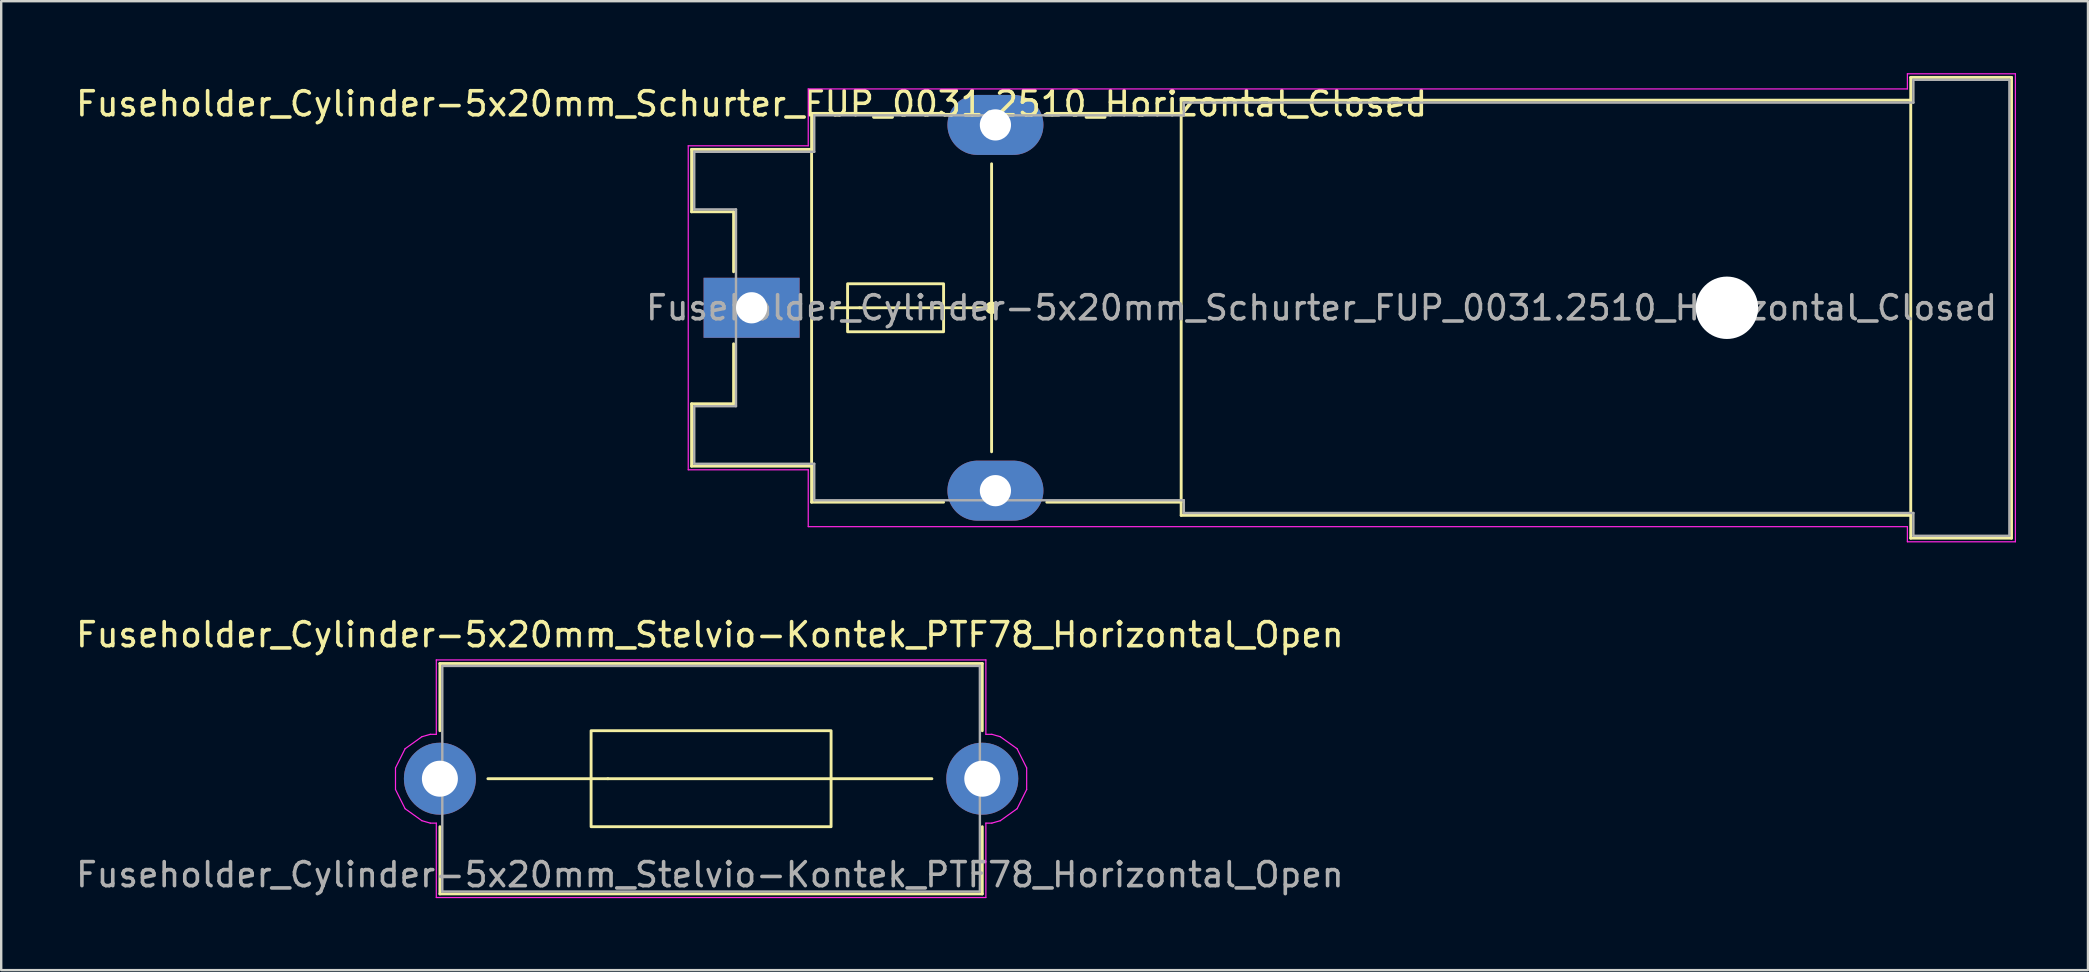
<source format=kicad_pcb>
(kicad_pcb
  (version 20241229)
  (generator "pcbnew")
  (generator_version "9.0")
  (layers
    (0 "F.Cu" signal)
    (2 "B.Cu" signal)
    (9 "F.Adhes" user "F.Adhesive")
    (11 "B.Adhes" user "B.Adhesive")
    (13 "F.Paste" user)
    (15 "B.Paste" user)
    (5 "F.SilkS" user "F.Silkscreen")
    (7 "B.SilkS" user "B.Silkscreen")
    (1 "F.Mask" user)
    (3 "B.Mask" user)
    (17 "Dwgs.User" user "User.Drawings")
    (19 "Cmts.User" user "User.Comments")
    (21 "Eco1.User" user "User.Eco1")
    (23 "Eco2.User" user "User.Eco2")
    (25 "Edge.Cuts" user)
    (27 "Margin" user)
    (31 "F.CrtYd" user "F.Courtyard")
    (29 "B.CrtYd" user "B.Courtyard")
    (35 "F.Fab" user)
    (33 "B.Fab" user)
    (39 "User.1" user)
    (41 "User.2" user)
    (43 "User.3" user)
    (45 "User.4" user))
  (footprint "Fuseholder_Cylinder-5x20mm_Schurter_FUP_0031.2510_Horizontal_Closed"
    (layer "F.Cu")
    (at 28.268 9.775)
    (property "Reference" "Fuseholder_Cylinder-5x20mm_Schurter_FUP_0031.2510_Horizontal_Closed" (at 0 -8.5 0) (layer "F.SilkS") (effects (font (size 1 1) (thickness 0.15))))
    (fp_line (start -2.5 -6.6) (end 2.5 -6.6) (stroke (width 0.12) (type solid)) (layer "F.SilkS"))
    (fp_line (start -2.5 -4) (end -2.5 -6.6) (stroke (width 0.12) (type solid)) (layer "F.SilkS"))
    (fp_line (start -2.5 4) (end -0.75 4) (stroke (width 0.12) (type solid)) (layer "F.SilkS"))
    (fp_line (start -2.5 6.6) (end -2.5 4) (stroke (width 0.12) (type solid)) (layer "F.SilkS"))
    (fp_line (start -2.5 6.6) (end 2.5 6.6) (stroke (width 0.12) (type solid)) (layer "F.SilkS"))
    (fp_line (start -0.75 -4) (end -2.5 -4) (stroke (width 0.12) (type solid)) (layer "F.SilkS"))
    (fp_line (start -0.75 -1.5) (end -0.75 -4) (stroke (width 0.12) (type solid)) (layer "F.SilkS"))
    (fp_line (start -0.75 4) (end -0.75 1.5) (stroke (width 0.12) (type solid)) (layer "F.SilkS"))
    (fp_line (start 2.5 -8.1) (end 8 -8.1) (stroke (width 0.12) (type solid)) (layer "F.SilkS"))
    (fp_line (start 2.5 8.1) (end 2.5 -8.1) (stroke (width 0.12) (type solid)) (layer "F.SilkS"))
    (fp_line (start 2.5 8.1) (end 8 8.1) (stroke (width 0.12) (type solid)) (layer "F.SilkS"))
    (fp_line (start 4.5 0) (end 3.3 0) (stroke (width 0.12) (type solid)) (layer "F.SilkS"))
    (fp_line (start 9.7 0) (end 4.5 0) (stroke (width 0.12) (type solid)) (layer "F.SilkS"))
    (fp_line (start 9.7 0) (end 10 0) (stroke (width 0.12) (type solid)) (layer "F.SilkS"))
    (fp_line (start 10 0) (end 10 -6) (stroke (width 0.12) (type solid)) (layer "F.SilkS"))
    (fp_line (start 10 0) (end 10 6) (stroke (width 0.12) (type solid)) (layer "F.SilkS"))
    (fp_line (start 12.3 -8.1) (end 17.9 -8.1) (stroke (width 0.12) (type solid)) (layer "F.SilkS"))
    (fp_line (start 12.3 8.1) (end 17.9 8.1) (stroke (width 0.12) (type solid)) (layer "F.SilkS"))
    (fp_line (start 17.9 -8.65) (end 48.3 -8.65) (stroke (width 0.12) (type solid)) (layer "F.SilkS"))
    (fp_line (start 17.9 8.65) (end 17.9 -8.65) (stroke (width 0.12) (type solid)) (layer "F.SilkS"))
    (fp_line (start 17.9 8.65) (end 48.3 8.65) (stroke (width 0.12) (type solid)) (layer "F.SilkS"))
    (fp_line (start 48.3 -9.6) (end 52.5 -9.6) (stroke (width 0.12) (type solid)) (layer "F.SilkS"))
    (fp_line (start 48.3 9.6) (end 48.3 -9.6) (stroke (width 0.12) (type solid)) (layer "F.SilkS"))
    (fp_line (start 48.3 9.6) (end 52.5 9.6) (stroke (width 0.12) (type solid)) (layer "F.SilkS"))
    (fp_line (start 52.5 -9.6) (end 52.5 9.6) (stroke (width 0.12) (type solid)) (layer "F.SilkS"))
    (fp_rect (start 4 -1) (end 8 1) (stroke (width 0.12) (type solid)) (fill no) (layer "F.SilkS"))
    (fp_circle (center 10 0) (end 10.1 -0.025) (stroke (width 0.12) (type solid)) (fill no) (layer "F.SilkS"))
    (fp_circle (center 10 0) (end 10.175 -0.1) (stroke (width 0.12) (type solid)) (fill no) (layer "F.SilkS"))
    (fp_line (start -2.64 -6.75) (end 2.36 -6.75) (stroke (width 0.05) (type solid)) (layer "F.CrtYd"))
    (fp_line (start -2.64 6.75) (end -2.64 -6.75) (stroke (width 0.05) (type solid)) (layer "F.CrtYd"))
    (fp_line (start -2.64 6.75) (end 2.36 6.75) (stroke (width 0.05) (type solid)) (layer "F.CrtYd"))
    (fp_line (start 2.36 -9.12) (end 2.36 -6.75) (stroke (width 0.05) (type solid)) (layer "F.CrtYd"))
    (fp_line (start 2.36 -9.12) (end 48.16 -9.12) (stroke (width 0.05) (type solid)) (layer "F.CrtYd"))
    (fp_line (start 2.36 6.75) (end 2.36 9.12) (stroke (width 0.05) (type solid)) (layer "F.CrtYd"))
    (fp_line (start 48.16 -9.75) (end 48.16 -9.12) (stroke (width 0.05) (type solid)) (layer "F.CrtYd"))
    (fp_line (start 48.16 -9.75) (end 52.66 -9.75) (stroke (width 0.05) (type solid)) (layer "F.CrtYd"))
    (fp_line (start 48.16 9.12) (end 2.36 9.12) (stroke (width 0.05) (type solid)) (layer "F.CrtYd"))
    (fp_line (start 48.16 9.12) (end 48.16 9.75) (stroke (width 0.05) (type solid)) (layer "F.CrtYd"))
    (fp_line (start 48.16 9.75) (end 52.66 9.75) (stroke (width 0.05) (type solid)) (layer "F.CrtYd"))
    (fp_line (start 52.66 -9.75) (end 52.66 9.75) (stroke (width 0.05) (type solid)) (layer "F.CrtYd"))
    (fp_line (start -2.39 -4.1) (end -2.39 -6.5) (stroke (width 0.1) (type solid)) (layer "F.Fab"))
    (fp_line (start -2.39 -4.1) (end -0.65 -4.1) (stroke (width 0.1) (type solid)) (layer "F.Fab"))
    (fp_line (start -2.39 4.1) (end -2.39 6.5) (stroke (width 0.1) (type solid)) (layer "F.Fab"))
    (fp_line (start -2.39 6.5) (end 2.61 6.5) (stroke (width 0.1) (type solid)) (layer "F.Fab"))
    (fp_line (start -0.65 -4.1) (end -0.65 4.1) (stroke (width 0.1) (type solid)) (layer "F.Fab"))
    (fp_line (start -0.65 4.1) (end -2.39 4.1) (stroke (width 0.1) (type solid)) (layer "F.Fab"))
    (fp_line (start 2.61 -8.02) (end 2.61 -6.5) (stroke (width 0.1) (type solid)) (layer "F.Fab"))
    (fp_line (start 2.61 -6.5) (end -2.39 -6.5) (stroke (width 0.1) (type solid)) (layer "F.Fab"))
    (fp_line (start 2.61 6.5) (end 2.61 8.02) (stroke (width 0.1) (type solid)) (layer "F.Fab"))
    (fp_line (start 2.61 8.02) (end 18.01 8.02) (stroke (width 0.1) (type solid)) (layer "F.Fab"))
    (fp_line (start 18.01 -8.55) (end 18.01 -8.02) (stroke (width 0.1) (type solid)) (layer "F.Fab"))
    (fp_line (start 18.01 -8.02) (end 2.61 -8.02) (stroke (width 0.1) (type solid)) (layer "F.Fab"))
    (fp_line (start 18.01 8.02) (end 18.01 8.55) (stroke (width 0.1) (type solid)) (layer "F.Fab"))
    (fp_line (start 18.01 8.55) (end 48.41 8.55) (stroke (width 0.1) (type solid)) (layer "F.Fab"))
    (fp_line (start 48.41 -9.5) (end 48.41 -8.55) (stroke (width 0.1) (type solid)) (layer "F.Fab"))
    (fp_line (start 48.41 -8.55) (end 18.01 -8.55) (stroke (width 0.1) (type solid)) (layer "F.Fab"))
    (fp_line (start 48.41 8.55) (end 48.41 9.5) (stroke (width 0.1) (type solid)) (layer "F.Fab"))
    (fp_line (start 48.41 9.5) (end 52.41 9.5) (stroke (width 0.1) (type solid)) (layer "F.Fab"))
    (fp_line (start 52.41 -9.5) (end 48.41 -9.5) (stroke (width 0.1) (type solid)) (layer "F.Fab"))
    (fp_line (start 52.41 -9.5) (end 52.41 9.5) (stroke (width 0.1) (type solid)) (layer "F.Fab"))
    (fp_text user "${REFERENCE}" (at 23.75 0 0) (layer "F.Fab") (effects (font (size 1 1) (thickness 0.15))))
    (pad "" np_thru_hole circle (at 40.64 0) (size 2.6 2.6) (drill 2.6) (layers "*.Cu" "*.Mask"))
    (pad "1" thru_hole rect (at 0 0) (size 4 2.5) (drill 1.3) (layers "*.Cu" "*.Mask"))
    (pad "2" thru_hole oval (at 10.16 -7.62) (size 4 2.5) (drill 1.3) (layers "*.Cu" "*.Mask"))
    (pad "2" thru_hole oval (at 10.16 7.62) (size 4 2.5) (drill 1.3) (layers "*.Cu" "*.Mask")))
  (footprint "Fuseholder_Cylinder-5x20mm_Stelvio-Kontek_PTF78_Horizontal_Open"
    (layer "F.Cu")
    (at 15.28 29.398)
    (property "Reference" "Fuseholder_Cylinder-5x20mm_Stelvio-Kontek_PTF78_Horizontal_Open" (at 11.25 -6 0) (layer "F.SilkS") (effects (font (size 1 1) (thickness 0.15))))
    (fp_line (start 0 -4.8) (end 22.6 -4.8) (stroke (width 0.12) (type solid)) (layer "F.SilkS"))
    (fp_line (start 0 -2) (end 0 -4.8) (stroke (width 0.12) (type solid)) (layer "F.SilkS"))
    (fp_line (start 0 4.8) (end 0 2) (stroke (width 0.12) (type solid)) (layer "F.SilkS"))
    (fp_line (start 0 4.8) (end 22.6 4.8) (stroke (width 0.12) (type solid)) (layer "F.SilkS"))
    (fp_line (start 2 0) (end 7 0) (stroke (width 0.12) (type solid)) (layer "F.SilkS"))
    (fp_line (start 20.5 0) (end 7 0) (stroke (width 0.12) (type solid)) (layer "F.SilkS"))
    (fp_line (start 22.6 -2) (end 22.6 -4.8) (stroke (width 0.12) (type solid)) (layer "F.SilkS"))
    (fp_line (start 22.6 4.8) (end 22.6 2) (stroke (width 0.12) (type solid)) (layer "F.SilkS"))
    (fp_rect (start 6.3 -2) (end 16.3 2) (stroke (width 0.12) (type solid)) (fill no) (layer "F.SilkS"))
    (fp_line (start -1.85 -0.45) (end -1.85 0.45) (stroke (width 0.05) (type solid)) (layer "F.CrtYd"))
    (fp_line (start -1.85 -0.45) (end -1.45 -1.25) (stroke (width 0.05) (type solid)) (layer "F.CrtYd"))
    (fp_line (start -1.45 1.25) (end -1.85 0.45) (stroke (width 0.05) (type solid)) (layer "F.CrtYd"))
    (fp_line (start -1.45 1.25) (end -0.75 1.75) (stroke (width 0.05) (type solid)) (layer "F.CrtYd"))
    (fp_line (start -0.75 -1.75) (end -1.45 -1.25) (stroke (width 0.05) (type solid)) (layer "F.CrtYd"))
    (fp_line (start -0.75 1.75) (end -0.4 1.85) (stroke (width 0.05) (type solid)) (layer "F.CrtYd"))
    (fp_line (start -0.4 -1.85) (end -0.75 -1.75) (stroke (width 0.05) (type solid)) (layer "F.CrtYd"))
    (fp_line (start -0.4 1.85) (end -0.15 1.85) (stroke (width 0.05) (type solid)) (layer "F.CrtYd"))
    (fp_line (start -0.15 -4.95) (end 22.75 -4.95) (stroke (width 0.05) (type solid)) (layer "F.CrtYd"))
    (fp_line (start -0.15 -1.85) (end -0.4 -1.85) (stroke (width 0.05) (type solid)) (layer "F.CrtYd"))
    (fp_line (start -0.15 -1.85) (end -0.15 -4.95) (stroke (width 0.05) (type solid)) (layer "F.CrtYd"))
    (fp_line (start -0.15 4.95) (end -0.15 1.85) (stroke (width 0.05) (type solid)) (layer "F.CrtYd"))
    (fp_line (start 22.75 -1.85) (end 22.75 -4.95) (stroke (width 0.05) (type solid)) (layer "F.CrtYd"))
    (fp_line (start 22.75 -1.85) (end 23 -1.85) (stroke (width 0.05) (type solid)) (layer "F.CrtYd"))
    (fp_line (start 22.75 1.85) (end 22.75 4.95) (stroke (width 0.05) (type solid)) (layer "F.CrtYd"))
    (fp_line (start 22.75 1.85) (end 23 1.85) (stroke (width 0.05) (type solid)) (layer "F.CrtYd"))
    (fp_line (start 22.75 4.95) (end -0.15 4.95) (stroke (width 0.05) (type solid)) (layer "F.CrtYd"))
    (fp_line (start 23 1.85) (end 23.35 1.75) (stroke (width 0.05) (type solid)) (layer "F.CrtYd"))
    (fp_line (start 23.35 -1.75) (end 23 -1.85) (stroke (width 0.05) (type solid)) (layer "F.CrtYd"))
    (fp_line (start 23.35 1.75) (end 24.05 1.25) (stroke (width 0.05) (type solid)) (layer "F.CrtYd"))
    (fp_line (start 24.05 -1.25) (end 23.35 -1.75) (stroke (width 0.05) (type solid)) (layer "F.CrtYd"))
    (fp_line (start 24.05 1.25) (end 24.45 0.45) (stroke (width 0.05) (type solid)) (layer "F.CrtYd"))
    (fp_line (start 24.45 -0.45) (end 24.05 -1.25) (stroke (width 0.05) (type solid)) (layer "F.CrtYd"))
    (fp_line (start 24.45 0.45) (end 24.45 -0.45) (stroke (width 0.05) (type solid)) (layer "F.CrtYd"))
    (fp_line (start 0.1 -4.7) (end 0.1 4.7) (stroke (width 0.1) (type solid)) (layer "F.Fab"))
    (fp_line (start 0.1 4.7) (end 22.5 4.7) (stroke (width 0.1) (type solid)) (layer "F.Fab"))
    (fp_line (start 22.5 -4.7) (end 0.1 -4.7) (stroke (width 0.1) (type solid)) (layer "F.Fab"))
    (fp_line (start 22.5 4.7) (end 22.5 -4.7) (stroke (width 0.1) (type solid)) (layer "F.Fab"))
    (fp_text user "${REFERENCE}" (at 11.25 4 0) (layer "F.Fab") (effects (font (size 1 1) (thickness 0.15))))
    (pad "1" thru_hole circle (at 0 0) (size 3 3) (drill 1.5) (layers "*.Cu" "*.Mask"))
    (pad "2" thru_hole circle (at 22.6 0) (size 3 3) (drill 1.5) (layers "*.Cu" "*.Mask")))
  (gr_rect
    (start -3 -3)
    (end 83.953 37.373)
    (stroke (width 0.1) (type default))
    (fill no)
    (layer "Edge.Cuts")))
</source>
